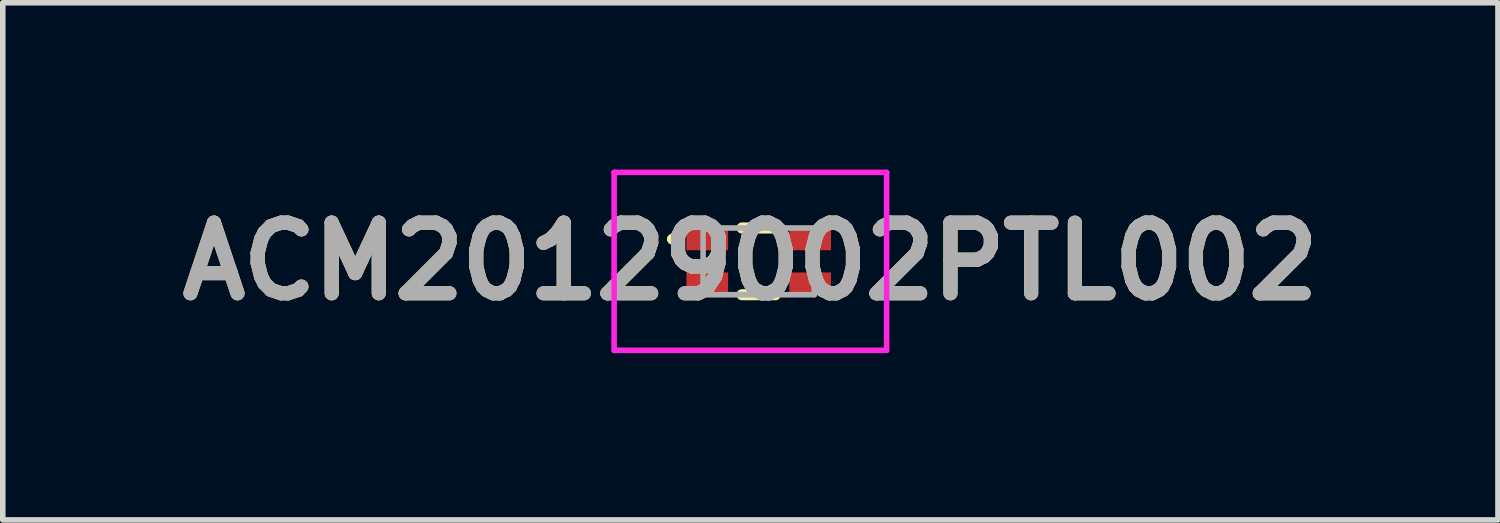
<source format=kicad_pcb>
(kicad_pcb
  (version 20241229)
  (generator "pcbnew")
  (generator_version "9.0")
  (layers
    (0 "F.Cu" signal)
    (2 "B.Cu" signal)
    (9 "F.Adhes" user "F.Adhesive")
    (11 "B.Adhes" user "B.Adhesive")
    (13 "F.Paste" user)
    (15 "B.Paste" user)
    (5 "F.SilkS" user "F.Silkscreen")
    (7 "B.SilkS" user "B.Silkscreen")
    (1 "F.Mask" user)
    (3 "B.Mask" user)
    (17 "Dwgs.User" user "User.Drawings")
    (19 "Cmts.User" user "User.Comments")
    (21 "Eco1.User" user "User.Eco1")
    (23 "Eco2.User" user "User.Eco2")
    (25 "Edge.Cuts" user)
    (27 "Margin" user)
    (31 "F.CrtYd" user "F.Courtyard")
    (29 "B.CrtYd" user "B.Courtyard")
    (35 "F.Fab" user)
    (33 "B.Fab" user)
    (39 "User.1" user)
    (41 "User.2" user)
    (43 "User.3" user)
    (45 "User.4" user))
  (footprint "ACM20129002PTL002"
    (layer "F.Cu")
    (at 10.594 1.65)
    (property "Reference" "ACM20129002PTL002" (at -0.15 0 0) (layer "F.SilkS") (effects (font (size 1.27 1.27) (thickness 0.254))))
    (attr smd)
    (fp_line (start -1.6 -0.4) (end -1.6 -0.4) (stroke (width 0.1) (type solid)) (layer "F.SilkS"))
    (fp_line (start -1.5 -0.4) (end -1.5 -0.4) (stroke (width 0.1) (type solid)) (layer "F.SilkS"))
    (fp_line (start -0.3 -0.6) (end 0.3 -0.6) (stroke (width 0.2) (type solid)) (layer "F.SilkS"))
    (fp_line (start -0.3 0.6) (end 0.3 0.6) (stroke (width 0.2) (type solid)) (layer "F.SilkS"))
    (fp_arc (start -1.6 -0.4) (mid -1.55 -0.45) (end -1.5 -0.4) (stroke (width 0.1) (type solid)) (layer "F.SilkS"))
    (fp_arc (start -1.5 -0.4) (mid -1.55 -0.35) (end -1.6 -0.4) (stroke (width 0.1) (type solid)) (layer "F.SilkS"))
    (fp_line (start -2.6 -1.6) (end 2.3 -1.6) (stroke (width 0.1) (type solid)) (layer "F.CrtYd"))
    (fp_line (start -2.6 1.6) (end -2.6 -1.6) (stroke (width 0.1) (type solid)) (layer "F.CrtYd"))
    (fp_line (start 2.3 -1.6) (end 2.3 1.6) (stroke (width 0.1) (type solid)) (layer "F.CrtYd"))
    (fp_line (start 2.3 1.6) (end -2.6 1.6) (stroke (width 0.1) (type solid)) (layer "F.CrtYd"))
    (fp_line (start -1 -0.6) (end 1 -0.6) (stroke (width 0.1) (type solid)) (layer "F.Fab"))
    (fp_line (start -1 0.6) (end -1 -0.6) (stroke (width 0.1) (type solid)) (layer "F.Fab"))
    (fp_line (start 1 -0.6) (end 1 0.6) (stroke (width 0.1) (type solid)) (layer "F.Fab"))
    (fp_line (start 1 0.6) (end -1 0.6) (stroke (width 0.1) (type solid)) (layer "F.Fab"))
    (fp_text user "${REFERENCE}" (at -0.15 0 0) (layer "F.Fab") (effects (font (size 1.27 1.27) (thickness 0.254))))
    (pad "1" smd rect (at -0.925 -0.4 90) (size 0.4 0.75) (layers "F.Cu" "F.Mask" "F.Paste"))
    (pad "2" smd rect (at -0.925 0.4 90) (size 0.4 0.75) (layers "F.Cu" "F.Mask" "F.Paste"))
    (pad "3" smd rect (at 0.925 0.4 90) (size 0.4 0.75) (layers "F.Cu" "F.Mask" "F.Paste"))
    (pad "4" smd rect (at 0.925 -0.4 90) (size 0.4 0.75) (layers "F.Cu" "F.Mask" "F.Paste")))
  (gr_rect
    (start -3 -3)
    (end 23.888 6.3)
    (stroke (width 0.1) (type default))
    (fill no)
    (layer "Edge.Cuts")))
</source>
